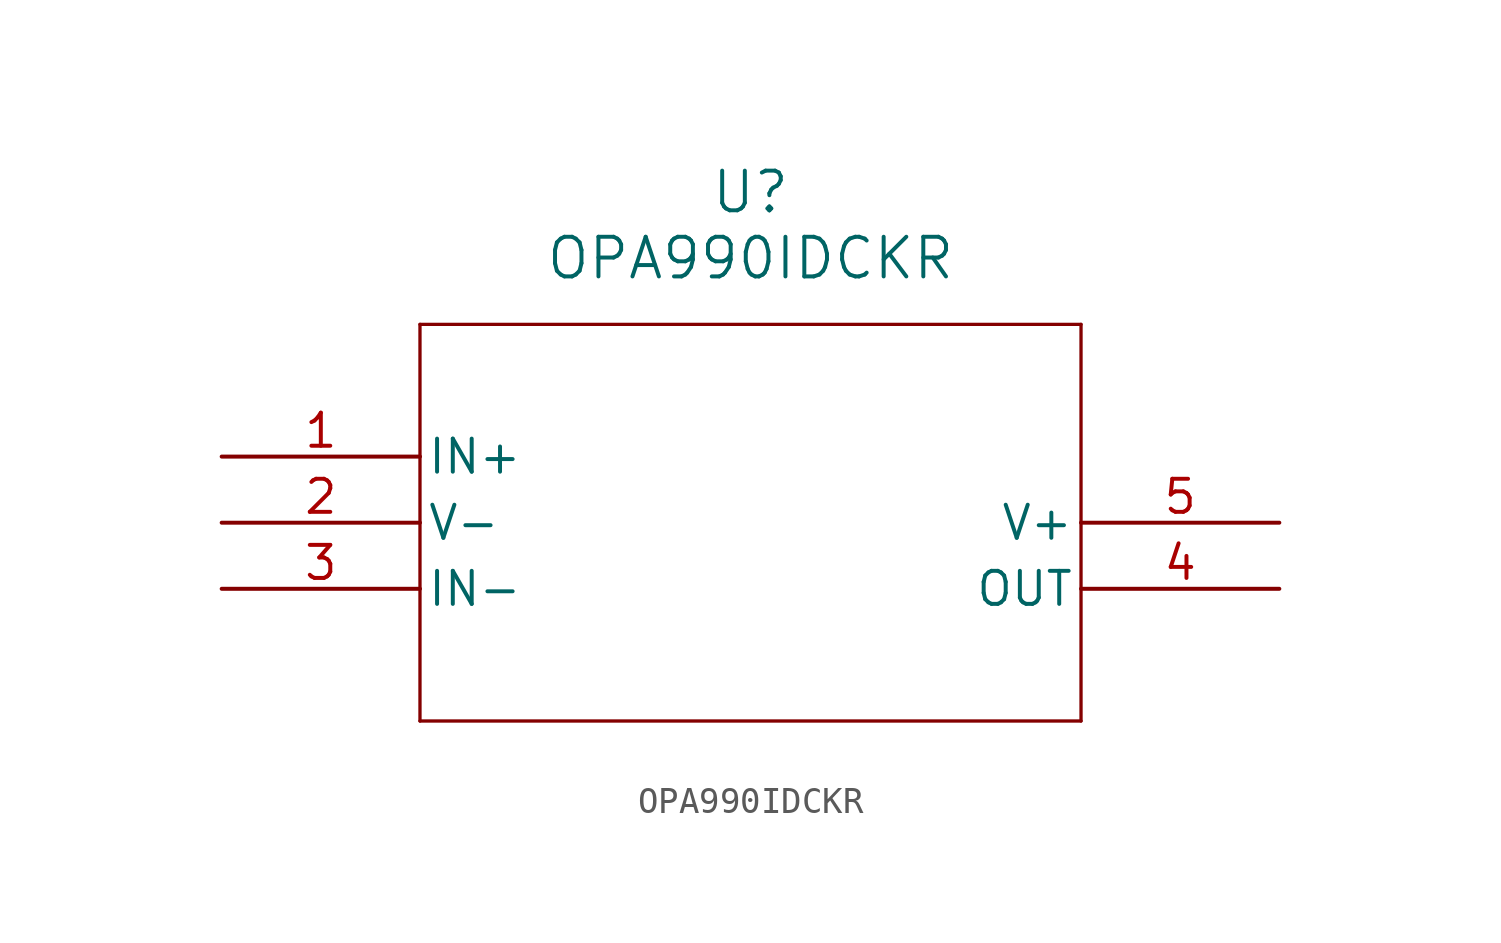
<source format=kicad_sym>
(kicad_symbol_lib
  (version 20231120)
  (generator "kicad_symbol_editor")
  (generator_version "8.0")
  (symbol "OPA990IDCKR"
    (pin_names
      (offset 0.254))
    (property "Reference" "U"
      (at 20.32 10.16 0)
      (effects (font (size 1.524 1.524))))
    (property "Value" "OPA990IDCKR"
      (at 20.32 7.62 0)
      (effects (font (size 1.524 1.524))))
    (symbol "OPA990IDCKR_0_1"
      (polyline (pts (xy 7.62 -10.16) (xy 33.02 -10.16)) (stroke (width 0.127) (type default)) (fill (type none)))
      (polyline (pts (xy 7.62 5.08) (xy 7.62 -10.16)) (stroke (width 0.127) (type default)) (fill (type none)))
      (polyline (pts (xy 33.02 -10.16) (xy 33.02 5.08)) (stroke (width 0.127) (type default)) (fill (type none)))
      (polyline (pts (xy 33.02 5.08) (xy 7.62 5.08)) (stroke (width 0.127) (type default)) (fill (type none)))
      (pin input line (at 0 0 0) (length 7.62) (name "IN+" (effects (font (size 1.27 1.27)))) (number "1" (effects (font (size 1.27 1.27)))))
      (pin power_in line (at 0 -2.54 0) (length 7.62) (name "V-" (effects (font (size 1.27 1.27)))) (number "2" (effects (font (size 1.27 1.27)))))
      (pin input line (at 0 -5.08 0) (length 7.62) (name "IN-" (effects (font (size 1.27 1.27)))) (number "3" (effects (font (size 1.27 1.27)))))
      (pin output line (at 40.64 -5.08 180) (length 7.62) (name "OUT" (effects (font (size 1.27 1.27)))) (number "4" (effects (font (size 1.27 1.27)))))
      (pin power_in line (at 40.64 -2.54 180) (length 7.62) (name "V+" (effects (font (size 1.27 1.27)))) (number "5" (effects (font (size 1.27 1.27))))))))
</source>
